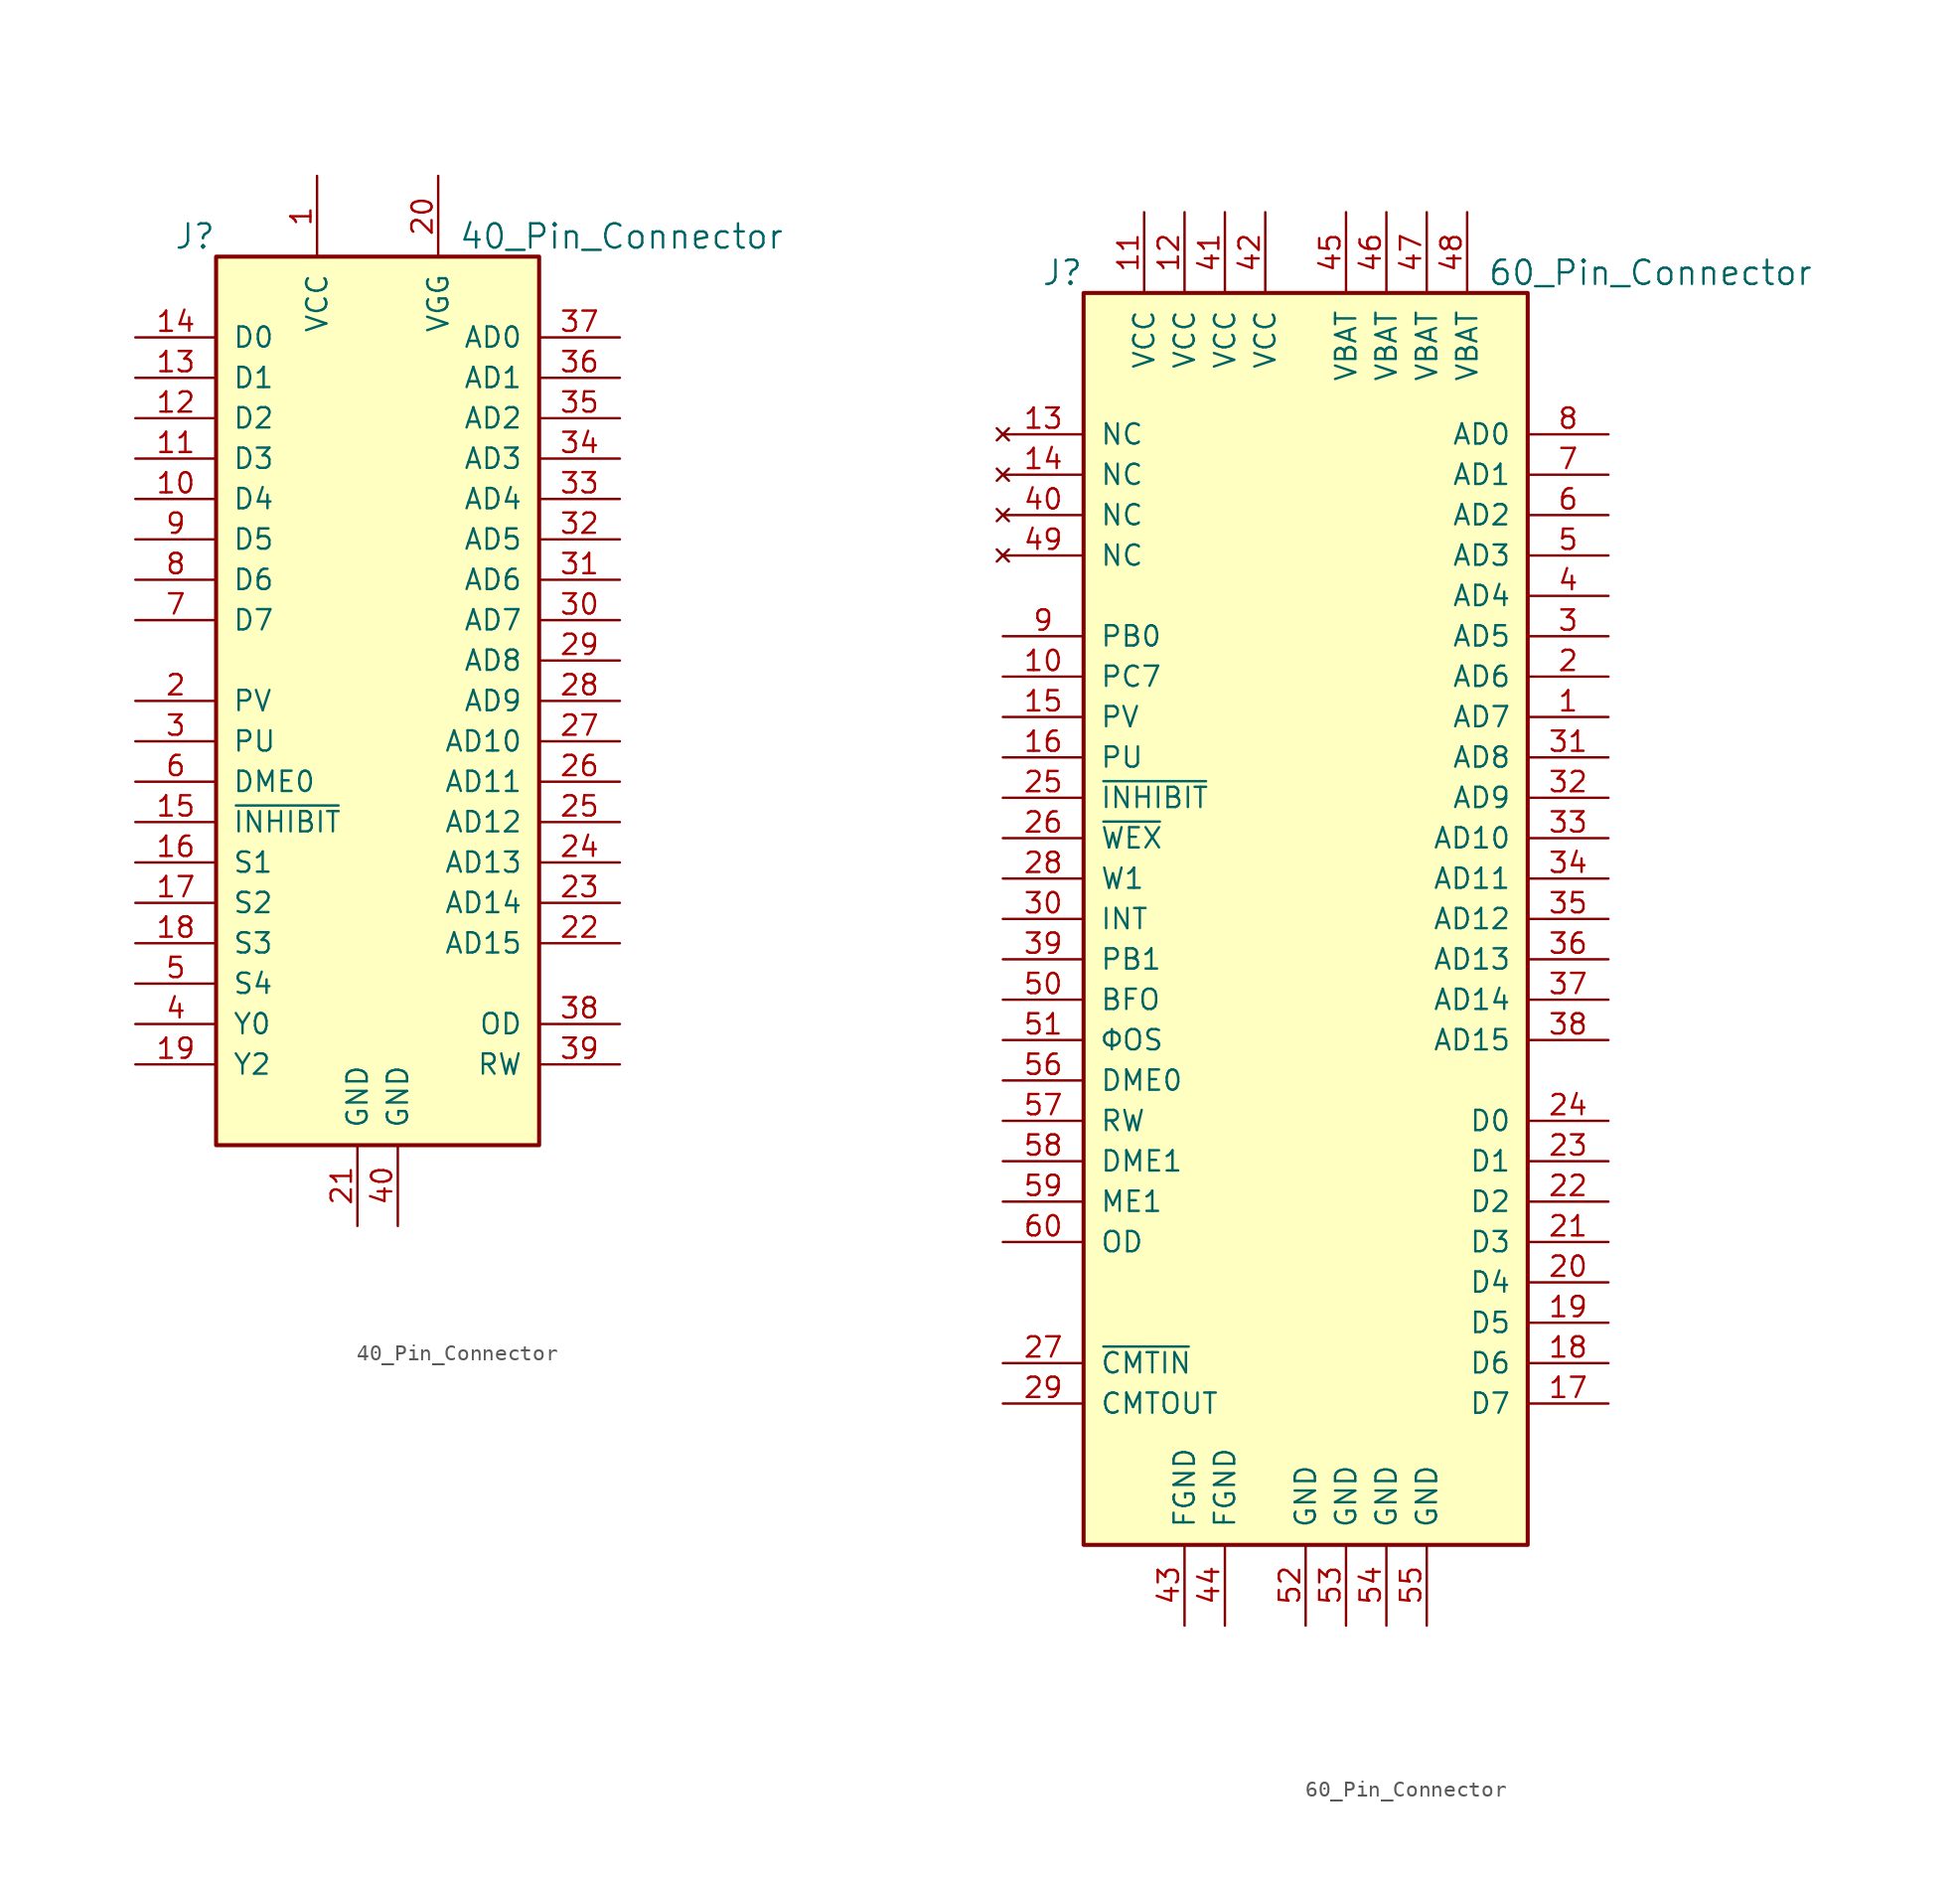
<source format=kicad_sym>
(kicad_symbol_lib
  (version 20211014)
  (generator kicad_symbol_editor)
  (symbol "40_Pin_Connector"
    (pin_names
      (offset 1.016))
    (property "Reference" "J"
      (at -10.16 29.21 0)
      (effects (font (size 1.524 1.524)) (justify right)))
    (property "Value" "40_Pin_Connector"
      (at 5.08 29.21 0)
      (effects (font (size 1.524 1.524)) (justify left)))
    (property "Footprint" ""
      (at -15.24 1.27 0)
      (effects (font (size 1.524 1.524))))
    (property "Datasheet" ""
      (at -15.24 1.27 0)
      (effects (font (size 1.524 1.524))))
    (symbol "40_Pin_Connector_1_1"
      (rectangle (start -10.16 27.94) (end 10.16 -27.94) (stroke (width 0.254) (type default) (color 0 0 0 0)) (fill (type background)))
      (pin power_in line (at -3.81 33.02 270) (length 5.08) (name "VCC" (effects (font (size 1.27 1.27)))) (number "1" (effects (font (size 1.27 1.27)))))
      (pin bidirectional line (at -15.24 12.7 0) (length 5.08) (name "D4" (effects (font (size 1.27 1.27)))) (number "10" (effects (font (size 1.27 1.27)))))
      (pin bidirectional line (at -15.24 15.24 0) (length 5.08) (name "D3" (effects (font (size 1.27 1.27)))) (number "11" (effects (font (size 1.27 1.27)))))
      (pin bidirectional line (at -15.24 17.78 0) (length 5.08) (name "D2" (effects (font (size 1.27 1.27)))) (number "12" (effects (font (size 1.27 1.27)))))
      (pin bidirectional line (at -15.24 20.32 0) (length 5.08) (name "D1" (effects (font (size 1.27 1.27)))) (number "13" (effects (font (size 1.27 1.27)))))
      (pin bidirectional line (at -15.24 22.86 0) (length 5.08) (name "D0" (effects (font (size 1.27 1.27)))) (number "14" (effects (font (size 1.27 1.27)))))
      (pin bidirectional line (at -15.24 -7.62 0) (length 5.08) (name "~{INHIBIT}" (effects (font (size 1.27 1.27)))) (number "15" (effects (font (size 1.27 1.27)))))
      (pin bidirectional line (at -15.24 -10.16 0) (length 5.08) (name "S1" (effects (font (size 1.27 1.27)))) (number "16" (effects (font (size 1.27 1.27)))))
      (pin bidirectional line (at -15.24 -12.7 0) (length 5.08) (name "S2" (effects (font (size 1.27 1.27)))) (number "17" (effects (font (size 1.27 1.27)))))
      (pin bidirectional line (at -15.24 -15.24 0) (length 5.08) (name "S3" (effects (font (size 1.27 1.27)))) (number "18" (effects (font (size 1.27 1.27)))))
      (pin bidirectional line (at -15.24 -22.86 0) (length 5.08) (name "Y2" (effects (font (size 1.27 1.27)))) (number "19" (effects (font (size 1.27 1.27)))))
      (pin bidirectional line (at -15.24 0 0) (length 5.08) (name "PV" (effects (font (size 1.27 1.27)))) (number "2" (effects (font (size 1.27 1.27)))))
      (pin power_in line (at 3.81 33.02 270) (length 5.08) (name "VGG" (effects (font (size 1.27 1.27)))) (number "20" (effects (font (size 1.27 1.27)))))
      (pin power_in line (at -1.27 -33.02 90) (length 5.08) (name "GND" (effects (font (size 1.27 1.27)))) (number "21" (effects (font (size 1.27 1.27)))))
      (pin bidirectional line (at 15.24 -15.24 180) (length 5.08) (name "AD15" (effects (font (size 1.27 1.27)))) (number "22" (effects (font (size 1.27 1.27)))))
      (pin bidirectional line (at 15.24 -12.7 180) (length 5.08) (name "AD14" (effects (font (size 1.27 1.27)))) (number "23" (effects (font (size 1.27 1.27)))))
      (pin bidirectional line (at 15.24 -10.16 180) (length 5.08) (name "AD13" (effects (font (size 1.27 1.27)))) (number "24" (effects (font (size 1.27 1.27)))))
      (pin bidirectional line (at 15.24 -7.62 180) (length 5.08) (name "AD12" (effects (font (size 1.27 1.27)))) (number "25" (effects (font (size 1.27 1.27)))))
      (pin bidirectional line (at 15.24 -5.08 180) (length 5.08) (name "AD11" (effects (font (size 1.27 1.27)))) (number "26" (effects (font (size 1.27 1.27)))))
      (pin bidirectional line (at 15.24 -2.54 180) (length 5.08) (name "AD10" (effects (font (size 1.27 1.27)))) (number "27" (effects (font (size 1.27 1.27)))))
      (pin bidirectional line (at 15.24 0 180) (length 5.08) (name "AD9" (effects (font (size 1.27 1.27)))) (number "28" (effects (font (size 1.27 1.27)))))
      (pin bidirectional line (at 15.24 2.54 180) (length 5.08) (name "AD8" (effects (font (size 1.27 1.27)))) (number "29" (effects (font (size 1.27 1.27)))))
      (pin bidirectional line (at -15.24 -2.54 0) (length 5.08) (name "PU" (effects (font (size 1.27 1.27)))) (number "3" (effects (font (size 1.27 1.27)))))
      (pin bidirectional line (at 15.24 5.08 180) (length 5.08) (name "AD7" (effects (font (size 1.27 1.27)))) (number "30" (effects (font (size 1.27 1.27)))))
      (pin bidirectional line (at 15.24 7.62 180) (length 5.08) (name "AD6" (effects (font (size 1.27 1.27)))) (number "31" (effects (font (size 1.27 1.27)))))
      (pin bidirectional line (at 15.24 10.16 180) (length 5.08) (name "AD5" (effects (font (size 1.27 1.27)))) (number "32" (effects (font (size 1.27 1.27)))))
      (pin bidirectional line (at 15.24 12.7 180) (length 5.08) (name "AD4" (effects (font (size 1.27 1.27)))) (number "33" (effects (font (size 1.27 1.27)))))
      (pin bidirectional line (at 15.24 15.24 180) (length 5.08) (name "AD3" (effects (font (size 1.27 1.27)))) (number "34" (effects (font (size 1.27 1.27)))))
      (pin bidirectional line (at 15.24 17.78 180) (length 5.08) (name "AD2" (effects (font (size 1.27 1.27)))) (number "35" (effects (font (size 1.27 1.27)))))
      (pin bidirectional line (at 15.24 20.32 180) (length 5.08) (name "AD1" (effects (font (size 1.27 1.27)))) (number "36" (effects (font (size 1.27 1.27)))))
      (pin bidirectional line (at 15.24 22.86 180) (length 5.08) (name "AD0" (effects (font (size 1.27 1.27)))) (number "37" (effects (font (size 1.27 1.27)))))
      (pin bidirectional line (at 15.24 -20.32 180) (length 5.08) (name "OD" (effects (font (size 1.27 1.27)))) (number "38" (effects (font (size 1.27 1.27)))))
      (pin bidirectional line (at 15.24 -22.86 180) (length 5.08) (name "RW" (effects (font (size 1.27 1.27)))) (number "39" (effects (font (size 1.27 1.27)))))
      (pin bidirectional line (at -15.24 -20.32 0) (length 5.08) (name "Y0" (effects (font (size 1.27 1.27)))) (number "4" (effects (font (size 1.27 1.27)))))
      (pin power_in line (at 1.27 -33.02 90) (length 5.08) (name "GND" (effects (font (size 1.27 1.27)))) (number "40" (effects (font (size 1.27 1.27)))))
      (pin bidirectional line (at -15.24 -17.78 0) (length 5.08) (name "S4" (effects (font (size 1.27 1.27)))) (number "5" (effects (font (size 1.27 1.27)))))
      (pin bidirectional line (at -15.24 -5.08 0) (length 5.08) (name "DME0" (effects (font (size 1.27 1.27)))) (number "6" (effects (font (size 1.27 1.27)))))
      (pin bidirectional line (at -15.24 5.08 0) (length 5.08) (name "D7" (effects (font (size 1.27 1.27)))) (number "7" (effects (font (size 1.27 1.27)))))
      (pin bidirectional line (at -15.24 7.62 0) (length 5.08) (name "D6" (effects (font (size 1.27 1.27)))) (number "8" (effects (font (size 1.27 1.27)))))
      (pin bidirectional line (at -15.24 10.16 0) (length 5.08) (name "D5" (effects (font (size 1.27 1.27)))) (number "9" (effects (font (size 1.27 1.27)))))))
  (symbol "60_Pin_Connector"
    (pin_names
      (offset 1.016))
    (property "Reference" "J"
      (at -13.97 40.64 0)
      (effects (font (size 1.524 1.524)) (justify right)))
    (property "Value" "60_Pin_Connector"
      (at 11.43 40.64 0)
      (effects (font (size 1.524 1.524)) (justify left)))
    (property "Footprint" ""
      (at 13.97 -11.43 0)
      (effects (font (size 1.524 1.524))))
    (property "Datasheet" ""
      (at 13.97 -11.43 0)
      (effects (font (size 1.524 1.524))))
    (symbol "60_Pin_Connector_0_1"
      (rectangle (start -13.97 39.37) (end 13.97 -39.37) (stroke (width 0.254) (type default) (color 0 0 0 0)) (fill (type background))))
    (symbol "60_Pin_Connector_1_1"
      (pin bidirectional line (at 19.05 12.7 180) (length 5.08) (name "AD7" (effects (font (size 1.27 1.27)))) (number "1" (effects (font (size 1.27 1.27)))))
      (pin bidirectional line (at -19.05 15.24 0) (length 5.08) (name "PC7" (effects (font (size 1.27 1.27)))) (number "10" (effects (font (size 1.27 1.27)))))
      (pin power_in line (at -10.16 44.45 270) (length 5.08) (name "VCC" (effects (font (size 1.27 1.27)))) (number "11" (effects (font (size 1.27 1.27)))))
      (pin power_in line (at -7.62 44.45 270) (length 5.08) (name "VCC" (effects (font (size 1.27 1.27)))) (number "12" (effects (font (size 1.27 1.27)))))
      (pin no_connect line (at -19.05 30.48 0) (length 5.08) (name "NC" (effects (font (size 1.27 1.27)))) (number "13" (effects (font (size 1.27 1.27)))))
      (pin no_connect line (at -19.05 27.94 0) (length 5.08) (name "NC" (effects (font (size 1.27 1.27)))) (number "14" (effects (font (size 1.27 1.27)))))
      (pin bidirectional line (at -19.05 12.7 0) (length 5.08) (name "PV" (effects (font (size 1.27 1.27)))) (number "15" (effects (font (size 1.27 1.27)))))
      (pin bidirectional line (at -19.05 10.16 0) (length 5.08) (name "PU" (effects (font (size 1.27 1.27)))) (number "16" (effects (font (size 1.27 1.27)))))
      (pin bidirectional line (at 19.05 -30.48 180) (length 5.08) (name "D7" (effects (font (size 1.27 1.27)))) (number "17" (effects (font (size 1.27 1.27)))))
      (pin bidirectional line (at 19.05 -27.94 180) (length 5.08) (name "D6" (effects (font (size 1.27 1.27)))) (number "18" (effects (font (size 1.27 1.27)))))
      (pin bidirectional line (at 19.05 -25.4 180) (length 5.08) (name "D5" (effects (font (size 1.27 1.27)))) (number "19" (effects (font (size 1.27 1.27)))))
      (pin bidirectional line (at 19.05 15.24 180) (length 5.08) (name "AD6" (effects (font (size 1.27 1.27)))) (number "2" (effects (font (size 1.27 1.27)))))
      (pin bidirectional line (at 19.05 -22.86 180) (length 5.08) (name "D4" (effects (font (size 1.27 1.27)))) (number "20" (effects (font (size 1.27 1.27)))))
      (pin bidirectional line (at 19.05 -20.32 180) (length 5.08) (name "D3" (effects (font (size 1.27 1.27)))) (number "21" (effects (font (size 1.27 1.27)))))
      (pin bidirectional line (at 19.05 -17.78 180) (length 5.08) (name "D2" (effects (font (size 1.27 1.27)))) (number "22" (effects (font (size 1.27 1.27)))))
      (pin bidirectional line (at 19.05 -15.24 180) (length 5.08) (name "D1" (effects (font (size 1.27 1.27)))) (number "23" (effects (font (size 1.27 1.27)))))
      (pin bidirectional line (at 19.05 -12.7 180) (length 5.08) (name "D0" (effects (font (size 1.27 1.27)))) (number "24" (effects (font (size 1.27 1.27)))))
      (pin bidirectional line (at -19.05 7.62 0) (length 5.08) (name "~{INHIBIT}" (effects (font (size 1.27 1.27)))) (number "25" (effects (font (size 1.27 1.27)))))
      (pin bidirectional line (at -19.05 5.08 0) (length 5.08) (name "~{WEX}" (effects (font (size 1.27 1.27)))) (number "26" (effects (font (size 1.27 1.27)))))
      (pin bidirectional line (at -19.05 -27.94 0) (length 5.08) (name "~{CMTIN}" (effects (font (size 1.27 1.27)))) (number "27" (effects (font (size 1.27 1.27)))))
      (pin bidirectional line (at -19.05 2.54 0) (length 5.08) (name "W1" (effects (font (size 1.27 1.27)))) (number "28" (effects (font (size 1.27 1.27)))))
      (pin bidirectional line (at -19.05 -30.48 0) (length 5.08) (name "CMTOUT" (effects (font (size 1.27 1.27)))) (number "29" (effects (font (size 1.27 1.27)))))
      (pin bidirectional line (at 19.05 17.78 180) (length 5.08) (name "AD5" (effects (font (size 1.27 1.27)))) (number "3" (effects (font (size 1.27 1.27)))))
      (pin bidirectional line (at -19.05 0 0) (length 5.08) (name "INT" (effects (font (size 1.27 1.27)))) (number "30" (effects (font (size 1.27 1.27)))))
      (pin bidirectional line (at 19.05 10.16 180) (length 5.08) (name "AD8" (effects (font (size 1.27 1.27)))) (number "31" (effects (font (size 1.27 1.27)))))
      (pin bidirectional line (at 19.05 7.62 180) (length 5.08) (name "AD9" (effects (font (size 1.27 1.27)))) (number "32" (effects (font (size 1.27 1.27)))))
      (pin bidirectional line (at 19.05 5.08 180) (length 5.08) (name "AD10" (effects (font (size 1.27 1.27)))) (number "33" (effects (font (size 1.27 1.27)))))
      (pin bidirectional line (at 19.05 2.54 180) (length 5.08) (name "AD11" (effects (font (size 1.27 1.27)))) (number "34" (effects (font (size 1.27 1.27)))))
      (pin bidirectional line (at 19.05 0 180) (length 5.08) (name "AD12" (effects (font (size 1.27 1.27)))) (number "35" (effects (font (size 1.27 1.27)))))
      (pin bidirectional line (at 19.05 -2.54 180) (length 5.08) (name "AD13" (effects (font (size 1.27 1.27)))) (number "36" (effects (font (size 1.27 1.27)))))
      (pin bidirectional line (at 19.05 -5.08 180) (length 5.08) (name "AD14" (effects (font (size 1.27 1.27)))) (number "37" (effects (font (size 1.27 1.27)))))
      (pin bidirectional line (at 19.05 -7.62 180) (length 5.08) (name "AD15" (effects (font (size 1.27 1.27)))) (number "38" (effects (font (size 1.27 1.27)))))
      (pin bidirectional line (at -19.05 -2.54 0) (length 5.08) (name "PB1" (effects (font (size 1.27 1.27)))) (number "39" (effects (font (size 1.27 1.27)))))
      (pin bidirectional line (at 19.05 20.32 180) (length 5.08) (name "AD4" (effects (font (size 1.27 1.27)))) (number "4" (effects (font (size 1.27 1.27)))))
      (pin no_connect line (at -19.05 25.4 0) (length 5.08) (name "NC" (effects (font (size 1.27 1.27)))) (number "40" (effects (font (size 1.27 1.27)))))
      (pin power_in line (at -5.08 44.45 270) (length 5.08) (name "VCC" (effects (font (size 1.27 1.27)))) (number "41" (effects (font (size 1.27 1.27)))))
      (pin power_in line (at -2.54 44.45 270) (length 5.08) (name "VCC" (effects (font (size 1.27 1.27)))) (number "42" (effects (font (size 1.27 1.27)))))
      (pin power_in line (at -7.62 -44.45 90) (length 5.08) (name "FGND" (effects (font (size 1.27 1.27)))) (number "43" (effects (font (size 1.27 1.27)))))
      (pin power_in line (at -5.08 -44.45 90) (length 5.08) (name "FGND" (effects (font (size 1.27 1.27)))) (number "44" (effects (font (size 1.27 1.27)))))
      (pin power_in line (at 2.54 44.45 270) (length 5.08) (name "VBAT" (effects (font (size 1.27 1.27)))) (number "45" (effects (font (size 1.27 1.27)))))
      (pin power_in line (at 5.08 44.45 270) (length 5.08) (name "VBAT" (effects (font (size 1.27 1.27)))) (number "46" (effects (font (size 1.27 1.27)))))
      (pin power_in line (at 7.62 44.45 270) (length 5.08) (name "VBAT" (effects (font (size 1.27 1.27)))) (number "47" (effects (font (size 1.27 1.27)))))
      (pin power_in line (at 10.16 44.45 270) (length 5.08) (name "VBAT" (effects (font (size 1.27 1.27)))) (number "48" (effects (font (size 1.27 1.27)))))
      (pin no_connect line (at -19.05 22.86 0) (length 5.08) (name "NC" (effects (font (size 1.27 1.27)))) (number "49" (effects (font (size 1.27 1.27)))))
      (pin bidirectional line (at 19.05 22.86 180) (length 5.08) (name "AD3" (effects (font (size 1.27 1.27)))) (number "5" (effects (font (size 1.27 1.27)))))
      (pin bidirectional line (at -19.05 -5.08 0) (length 5.08) (name "BFO" (effects (font (size 1.27 1.27)))) (number "50" (effects (font (size 1.27 1.27)))))
      (pin bidirectional line (at -19.05 -7.62 0) (length 5.08) (name "ΦOS" (effects (font (size 1.27 1.27)))) (number "51" (effects (font (size 1.27 1.27)))))
      (pin power_in line (at 0 -44.45 90) (length 5.08) (name "GND" (effects (font (size 1.27 1.27)))) (number "52" (effects (font (size 1.27 1.27)))))
      (pin power_in line (at 2.54 -44.45 90) (length 5.08) (name "GND" (effects (font (size 1.27 1.27)))) (number "53" (effects (font (size 1.27 1.27)))))
      (pin power_in line (at 5.08 -44.45 90) (length 5.08) (name "GND" (effects (font (size 1.27 1.27)))) (number "54" (effects (font (size 1.27 1.27)))))
      (pin power_in line (at 7.62 -44.45 90) (length 5.08) (name "GND" (effects (font (size 1.27 1.27)))) (number "55" (effects (font (size 1.27 1.27)))))
      (pin bidirectional line (at -19.05 -10.16 0) (length 5.08) (name "DME0" (effects (font (size 1.27 1.27)))) (number "56" (effects (font (size 1.27 1.27)))))
      (pin bidirectional line (at -19.05 -12.7 0) (length 5.08) (name "RW" (effects (font (size 1.27 1.27)))) (number "57" (effects (font (size 1.27 1.27)))))
      (pin bidirectional line (at -19.05 -15.24 0) (length 5.08) (name "DME1" (effects (font (size 1.27 1.27)))) (number "58" (effects (font (size 1.27 1.27)))))
      (pin bidirectional line (at -19.05 -17.78 0) (length 5.08) (name "ME1" (effects (font (size 1.27 1.27)))) (number "59" (effects (font (size 1.27 1.27)))))
      (pin bidirectional line (at 19.05 25.4 180) (length 5.08) (name "AD2" (effects (font (size 1.27 1.27)))) (number "6" (effects (font (size 1.27 1.27)))))
      (pin bidirectional line (at -19.05 -20.32 0) (length 5.08) (name "OD" (effects (font (size 1.27 1.27)))) (number "60" (effects (font (size 1.27 1.27)))))
      (pin bidirectional line (at 19.05 27.94 180) (length 5.08) (name "AD1" (effects (font (size 1.27 1.27)))) (number "7" (effects (font (size 1.27 1.27)))))
      (pin bidirectional line (at 19.05 30.48 180) (length 5.08) (name "AD0" (effects (font (size 1.27 1.27)))) (number "8" (effects (font (size 1.27 1.27)))))
      (pin bidirectional line (at -19.05 17.78 0) (length 5.08) (name "PB0" (effects (font (size 1.27 1.27)))) (number "9" (effects (font (size 1.27 1.27))))))))
</source>
